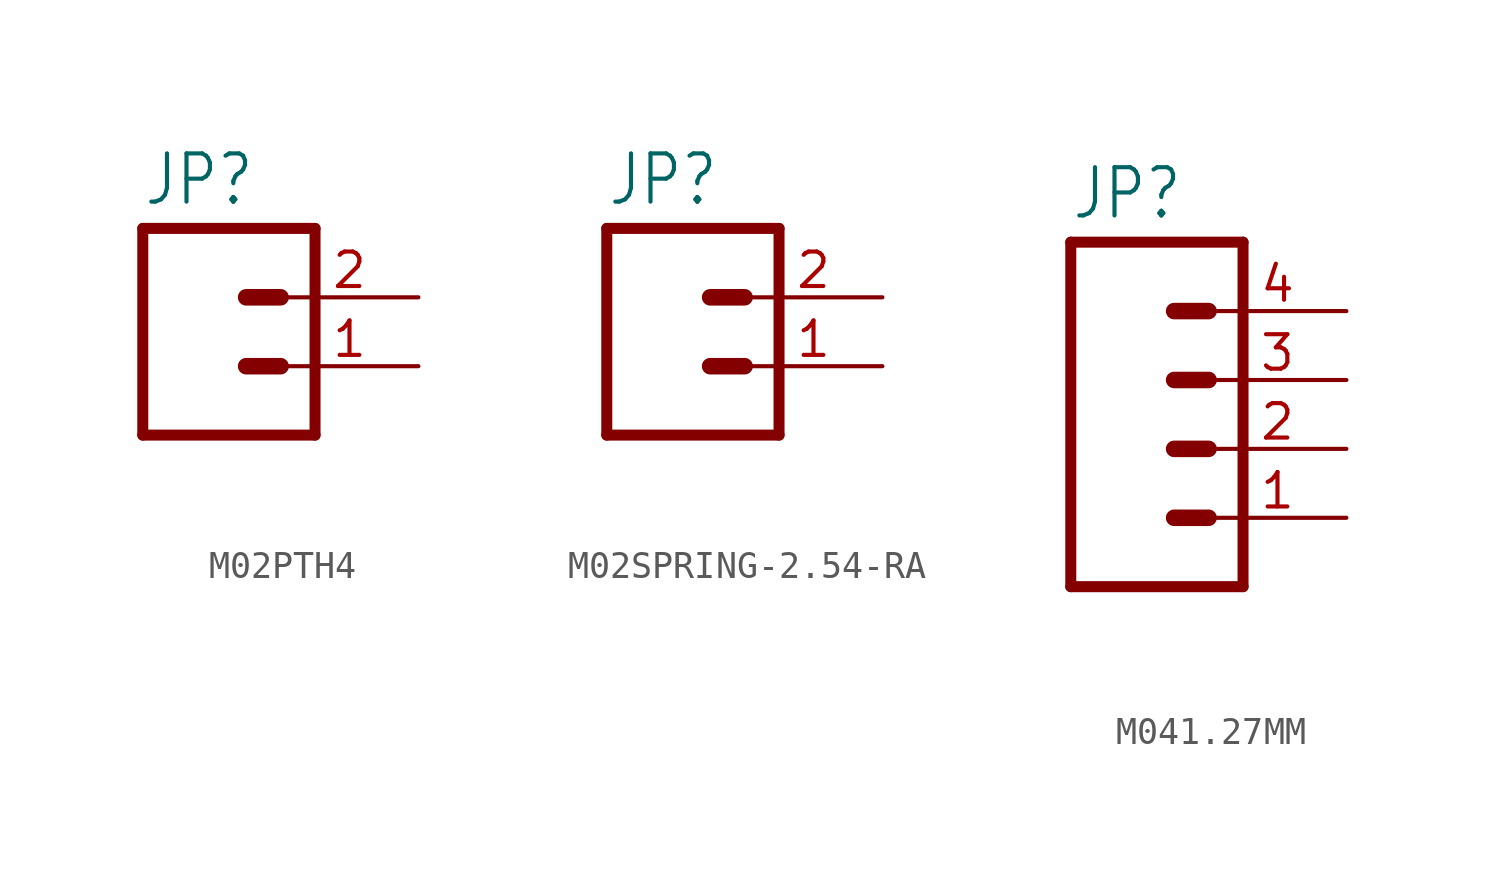
<source format=kicad_sym>
(kicad_symbol_lib
  (version 20220914)
  (generator kicad_symbol_editor)
  (symbol "M02PTH4"
    (property "Reference" "JP"
      (at -2.54 5.842 0)
      (effects (font (size 1.778 1.511)) (justify left bottom)))
    (property "Value" ""
      (at -2.54 -5.08 0)
      (effects (font (size 1.778 1.511)) (justify left bottom)))
    (property "ki_locked" ""
      (at 0 0 0)
      (effects (font (size 1.27 1.27))))
    (symbol "M02PTH4_1_0"
      (polyline (pts (xy -2.54 5.08) (xy -2.54 -2.54)) (stroke (width 0.406) (type solid)) (fill (type none)))
      (polyline (pts (xy -2.54 5.08) (xy 3.81 5.08)) (stroke (width 0.406) (type solid)) (fill (type none)))
      (polyline (pts (xy 1.27 0) (xy 2.54 0)) (stroke (width 0.61) (type solid)) (fill (type none)))
      (polyline (pts (xy 1.27 2.54) (xy 2.54 2.54)) (stroke (width 0.61) (type solid)) (fill (type none)))
      (polyline (pts (xy 3.81 -2.54) (xy -2.54 -2.54)) (stroke (width 0.406) (type solid)) (fill (type none)))
      (polyline (pts (xy 3.81 -2.54) (xy 3.81 5.08)) (stroke (width 0.406) (type solid)) (fill (type none)))
      (pin passive line (at 7.62 0 180) (length 5.08) (name "1" (effects (font (size 0 0)))) (number "1" (effects (font (size 1.27 1.27)))))
      (pin passive line (at 7.62 2.54 180) (length 5.08) (name "2" (effects (font (size 0 0)))) (number "2" (effects (font (size 1.27 1.27)))))))
  (symbol "M02SPRING-2.54-RA"
    (property "Reference" "JP"
      (at -2.54 5.842 0)
      (effects (font (size 1.778 1.511)) (justify left bottom)))
    (property "Value" ""
      (at -2.54 -5.08 0)
      (effects (font (size 1.778 1.511)) (justify left bottom)))
    (property "ki_locked" ""
      (at 0 0 0)
      (effects (font (size 1.27 1.27))))
    (symbol "M02SPRING-2.54-RA_1_0"
      (polyline (pts (xy -2.54 5.08) (xy -2.54 -2.54)) (stroke (width 0.406) (type solid)) (fill (type none)))
      (polyline (pts (xy -2.54 5.08) (xy 3.81 5.08)) (stroke (width 0.406) (type solid)) (fill (type none)))
      (polyline (pts (xy 1.27 0) (xy 2.54 0)) (stroke (width 0.61) (type solid)) (fill (type none)))
      (polyline (pts (xy 1.27 2.54) (xy 2.54 2.54)) (stroke (width 0.61) (type solid)) (fill (type none)))
      (polyline (pts (xy 3.81 -2.54) (xy -2.54 -2.54)) (stroke (width 0.406) (type solid)) (fill (type none)))
      (polyline (pts (xy 3.81 -2.54) (xy 3.81 5.08)) (stroke (width 0.406) (type solid)) (fill (type none)))
      (pin passive line (at 7.62 0 180) (length 5.08) (name "1" (effects (font (size 0 0)))) (number "1" (effects (font (size 1.27 1.27)))))
      (pin passive line (at 7.62 2.54 180) (length 5.08) (name "2" (effects (font (size 0 0)))) (number "2" (effects (font (size 1.27 1.27)))))))
  (symbol "M041.27MM"
    (property "Reference" "JP"
      (at -5.08 8.382 0)
      (effects (font (size 1.778 1.511)) (justify left bottom)))
    (property "Value" ""
      (at -5.08 -7.62 0)
      (effects (font (size 1.778 1.511)) (justify left bottom)))
    (property "ki_locked" ""
      (at 0 0 0)
      (effects (font (size 1.27 1.27))))
    (symbol "M041.27MM_1_0"
      (polyline (pts (xy -5.08 7.62) (xy -5.08 -5.08)) (stroke (width 0.406) (type solid)) (fill (type none)))
      (polyline (pts (xy -5.08 7.62) (xy 1.27 7.62)) (stroke (width 0.406) (type solid)) (fill (type none)))
      (polyline (pts (xy -1.27 -2.54) (xy 0 -2.54)) (stroke (width 0.61) (type solid)) (fill (type none)))
      (polyline (pts (xy -1.27 0) (xy 0 0)) (stroke (width 0.61) (type solid)) (fill (type none)))
      (polyline (pts (xy -1.27 2.54) (xy 0 2.54)) (stroke (width 0.61) (type solid)) (fill (type none)))
      (polyline (pts (xy -1.27 5.08) (xy 0 5.08)) (stroke (width 0.61) (type solid)) (fill (type none)))
      (polyline (pts (xy 1.27 -5.08) (xy -5.08 -5.08)) (stroke (width 0.406) (type solid)) (fill (type none)))
      (polyline (pts (xy 1.27 -5.08) (xy 1.27 7.62)) (stroke (width 0.406) (type solid)) (fill (type none)))
      (pin passive line (at 5.08 -2.54 180) (length 5.08) (name "1" (effects (font (size 0 0)))) (number "1" (effects (font (size 1.27 1.27)))))
      (pin passive line (at 5.08 0 180) (length 5.08) (name "2" (effects (font (size 0 0)))) (number "2" (effects (font (size 1.27 1.27)))))
      (pin passive line (at 5.08 2.54 180) (length 5.08) (name "3" (effects (font (size 0 0)))) (number "3" (effects (font (size 1.27 1.27)))))
      (pin passive line (at 5.08 5.08 180) (length 5.08) (name "4" (effects (font (size 0 0)))) (number "4" (effects (font (size 1.27 1.27))))))))
</source>
